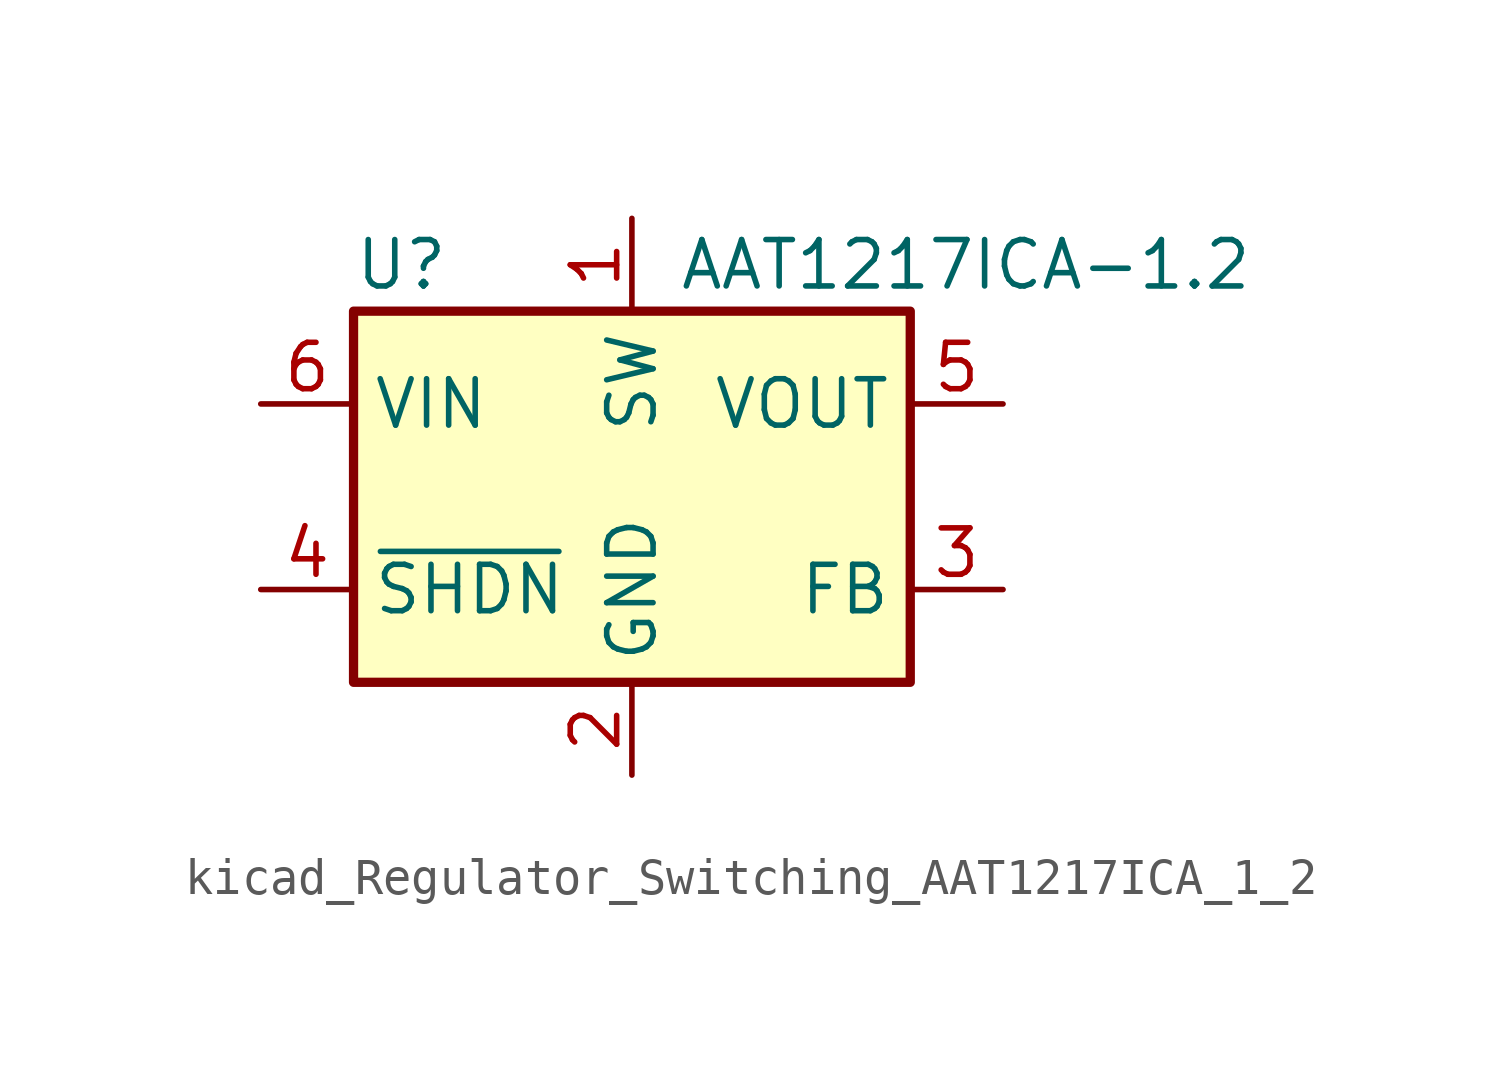
<source format=kicad_sym>
(kicad_symbol_lib
  (version 20220914)
  (generator kicad_symbol_editor)
  (symbol "kicad_Regulator_Switching_AAT1217ICA_1_2"
    (property "Reference" "U"
      (at -7.62 6.35 0)
      (effects (font (size 1.27 1.27)) (justify left)))
    (property "Value" "AAT1217ICA-1.2"
      (at 1.27 6.35 0)
      (effects (font (size 1.27 1.27)) (justify left)))
    (symbol "kicad_Regulator_Switching_AAT1217ICA_1_2_0_1"
      (rectangle (start -7.62 5.08) (end 7.62 -5.08) (stroke (width 0.254) (type default)) (fill (type background))))
    (symbol "kicad_Regulator_Switching_AAT1217ICA_1_2_1_1"
      (pin passive line (at 0 7.62 270) (length 2.54) (name "SW" (effects (font (size 1.27 1.27)))) (number "1" (effects (font (size 1.27 1.27)))))
      (pin power_in line (at 0 -7.62 90) (length 2.54) (name "GND" (effects (font (size 1.27 1.27)))) (number "2" (effects (font (size 1.27 1.27)))))
      (pin passive line (at 10.16 -2.54 180) (length 2.54) (name "FB" (effects (font (size 1.27 1.27)))) (number "3" (effects (font (size 1.27 1.27)))))
      (pin input line (at -10.16 -2.54 0) (length 2.54) (name "~{SHDN}" (effects (font (size 1.27 1.27)))) (number "4" (effects (font (size 1.27 1.27)))))
      (pin power_out line (at 10.16 2.54 180) (length 2.54) (name "VOUT" (effects (font (size 1.27 1.27)))) (number "5" (effects (font (size 1.27 1.27)))))
      (pin power_in line (at -10.16 2.54 0) (length 2.54) (name "VIN" (effects (font (size 1.27 1.27)))) (number "6" (effects (font (size 1.27 1.27))))))))
</source>
